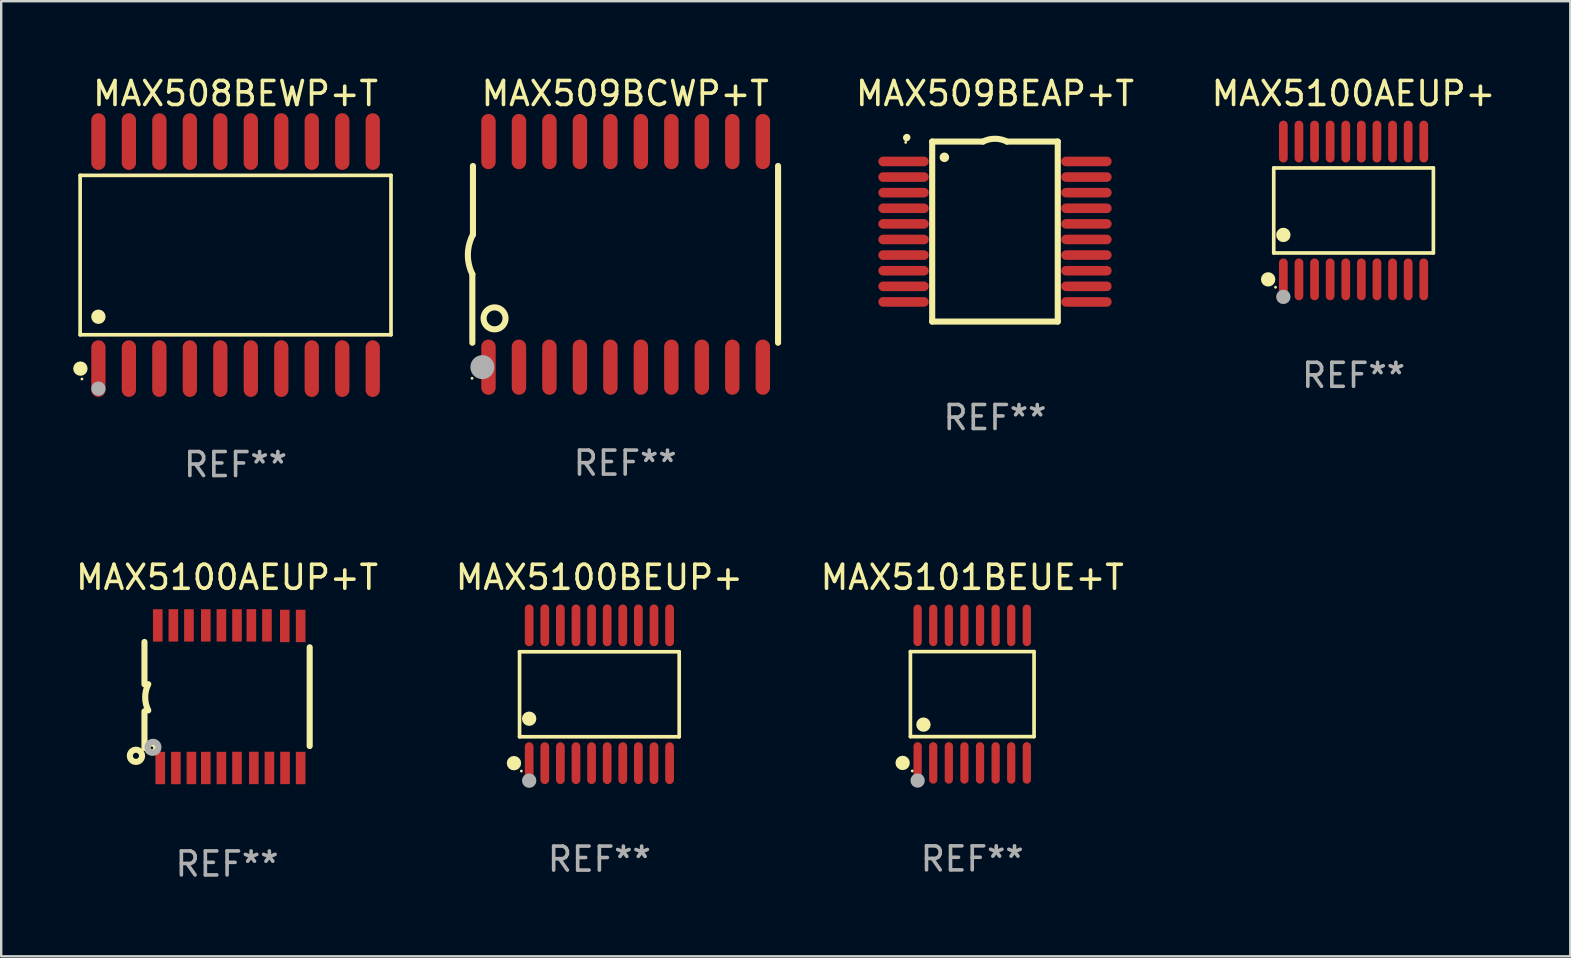
<source format=kicad_pcb>
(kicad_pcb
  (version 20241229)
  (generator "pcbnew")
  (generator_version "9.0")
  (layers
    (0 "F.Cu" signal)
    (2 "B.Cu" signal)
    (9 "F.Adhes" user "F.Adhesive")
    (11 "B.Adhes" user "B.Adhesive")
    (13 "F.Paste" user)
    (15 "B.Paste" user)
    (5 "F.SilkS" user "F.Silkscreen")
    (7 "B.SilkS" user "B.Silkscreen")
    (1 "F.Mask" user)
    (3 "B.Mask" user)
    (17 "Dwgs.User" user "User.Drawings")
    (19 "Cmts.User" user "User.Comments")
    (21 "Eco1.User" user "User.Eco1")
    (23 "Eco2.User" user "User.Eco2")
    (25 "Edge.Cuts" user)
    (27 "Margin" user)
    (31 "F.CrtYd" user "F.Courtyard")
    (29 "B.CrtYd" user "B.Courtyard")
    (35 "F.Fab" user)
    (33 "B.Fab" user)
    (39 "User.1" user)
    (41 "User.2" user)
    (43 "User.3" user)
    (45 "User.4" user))
  (footprint "MAX5100AEUP+"
    (layer "F.Cu")
    (at 53.346 5.719)
    (property "Reference" "MAX5100AEUP+" (at 0 -4.871 0) (layer "F.SilkS") (effects (font (size 1 1) (thickness 0.15))))
    (attr through_hole)
    (fp_line (start -3.326 -1.771) (end 3.326 -1.771) (stroke (width 0.152) (type solid)) (layer "F.SilkS"))
    (fp_line (start -3.326 1.771) (end -3.326 -1.771) (stroke (width 0.152) (type solid)) (layer "F.SilkS"))
    (fp_line (start 3.326 -1.771) (end 3.326 1.771) (stroke (width 0.152) (type solid)) (layer "F.SilkS"))
    (fp_line (start 3.326 1.771) (end -3.326 1.771) (stroke (width 0.152) (type solid)) (layer "F.SilkS"))
    (fp_circle (center -3.559 2.871) (end -3.409 2.871) (stroke (width 0.3) (type solid)) (fill no) (layer "F.SilkS"))
    (fp_circle (center -3.25 3.2) (end -3.22 3.2) (stroke (width 0.06) (type solid)) (fill no) (layer "F.SilkS"))
    (fp_circle (center -2.925 1.019) (end -2.775 1.019) (stroke (width 0.3) (type solid)) (fill no) (layer "F.SilkS"))
    (fp_circle (center -2.925 3.6) (end -2.775 3.6) (stroke (width 0.3) (type solid)) (fill no) (layer "F.Fab"))
    (fp_text user "REF**" (at 0 6.871 0) (layer "F.Fab") (effects (font (size 1 1) (thickness 0.15))))
    (pad "1" smd oval (at -2.925 2.871) (size 0.364 1.742) (layers "F.Cu" "F.Mask" "F.Paste"))
    (pad "2" smd oval (at -2.275 2.871) (size 0.364 1.742) (layers "F.Cu" "F.Mask" "F.Paste"))
    (pad "3" smd oval (at -1.625 2.871) (size 0.364 1.742) (layers "F.Cu" "F.Mask" "F.Paste"))
    (pad "4" smd oval (at -0.975 2.871) (size 0.364 1.742) (layers "F.Cu" "F.Mask" "F.Paste"))
    (pad "5" smd oval (at -0.325 2.871) (size 0.364 1.742) (layers "F.Cu" "F.Mask" "F.Paste"))
    (pad "6" smd oval (at 0.325 2.871) (size 0.364 1.742) (layers "F.Cu" "F.Mask" "F.Paste"))
    (pad "7" smd oval (at 0.975 2.871) (size 0.364 1.742) (layers "F.Cu" "F.Mask" "F.Paste"))
    (pad "8" smd oval (at 1.625 2.871) (size 0.364 1.742) (layers "F.Cu" "F.Mask" "F.Paste"))
    (pad "9" smd oval (at 2.275 2.871) (size 0.364 1.742) (layers "F.Cu" "F.Mask" "F.Paste"))
    (pad "10" smd oval (at 2.925 2.871) (size 0.364 1.742) (layers "F.Cu" "F.Mask" "F.Paste"))
    (pad "11" smd oval (at 2.925 -2.871) (size 0.364 1.742) (layers "F.Cu" "F.Mask" "F.Paste"))
    (pad "12" smd oval (at 2.275 -2.871) (size 0.364 1.742) (layers "F.Cu" "F.Mask" "F.Paste"))
    (pad "13" smd oval (at 1.625 -2.871) (size 0.364 1.742) (layers "F.Cu" "F.Mask" "F.Paste"))
    (pad "14" smd oval (at 0.975 -2.871) (size 0.364 1.742) (layers "F.Cu" "F.Mask" "F.Paste"))
    (pad "15" smd oval (at 0.325 -2.871) (size 0.364 1.742) (layers "F.Cu" "F.Mask" "F.Paste"))
    (pad "16" smd oval (at -0.325 -2.871) (size 0.364 1.742) (layers "F.Cu" "F.Mask" "F.Paste"))
    (pad "17" smd oval (at -0.975 -2.871) (size 0.364 1.742) (layers "F.Cu" "F.Mask" "F.Paste"))
    (pad "18" smd oval (at -1.625 -2.871) (size 0.364 1.742) (layers "F.Cu" "F.Mask" "F.Paste"))
    (pad "19" smd oval (at -2.275 -2.871) (size 0.364 1.742) (layers "F.Cu" "F.Mask" "F.Paste"))
    (pad "20" smd oval (at -2.925 -2.871) (size 0.364 1.742) (layers "F.Cu" "F.Mask" "F.Paste")))
  (footprint "MAX508BEWP+T"
    (layer "F.Cu")
    (at 6.765 7.578)
    (property "Reference" "MAX508BEWP+T" (at 0 -6.73 0) (layer "F.SilkS") (effects (font (size 1 1) (thickness 0.15))))
    (attr through_hole)
    (fp_line (start -6.476 -3.321) (end 6.476 -3.321) (stroke (width 0.152) (type solid)) (layer "F.SilkS"))
    (fp_line (start -6.476 3.321) (end -6.476 -3.321) (stroke (width 0.152) (type solid)) (layer "F.SilkS"))
    (fp_line (start 6.476 -3.321) (end 6.476 3.321) (stroke (width 0.152) (type solid)) (layer "F.SilkS"))
    (fp_line (start 6.476 3.321) (end -6.476 3.321) (stroke (width 0.152) (type solid)) (layer "F.SilkS"))
    (fp_circle (center -6.465 4.73) (end -6.315 4.73) (stroke (width 0.3) (type solid)) (fill no) (layer "F.SilkS"))
    (fp_circle (center -6.4 5.163) (end -6.37 5.163) (stroke (width 0.06) (type solid)) (fill no) (layer "F.SilkS"))
    (fp_circle (center -5.715 2.569) (end -5.565 2.569) (stroke (width 0.3) (type solid)) (fill no) (layer "F.SilkS"))
    (fp_circle (center -5.715 5.563) (end -5.565 5.563) (stroke (width 0.3) (type solid)) (fill no) (layer "F.Fab"))
    (fp_text user "REF**" (at 0 8.73 0) (layer "F.Fab") (effects (font (size 1 1) (thickness 0.15))))
    (pad "1" smd oval (at -5.715 4.73) (size 0.595 2.36) (layers "F.Cu" "F.Mask" "F.Paste"))
    (pad "2" smd oval (at -4.445 4.73) (size 0.595 2.36) (layers "F.Cu" "F.Mask" "F.Paste"))
    (pad "3" smd oval (at -3.175 4.73) (size 0.595 2.36) (layers "F.Cu" "F.Mask" "F.Paste"))
    (pad "4" smd oval (at -1.905 4.73) (size 0.595 2.36) (layers "F.Cu" "F.Mask" "F.Paste"))
    (pad "5" smd oval (at -0.635 4.73) (size 0.595 2.36) (layers "F.Cu" "F.Mask" "F.Paste"))
    (pad "6" smd oval (at 0.635 4.73) (size 0.595 2.36) (layers "F.Cu" "F.Mask" "F.Paste"))
    (pad "7" smd oval (at 1.905 4.73) (size 0.595 2.36) (layers "F.Cu" "F.Mask" "F.Paste"))
    (pad "8" smd oval (at 3.175 4.73) (size 0.595 2.36) (layers "F.Cu" "F.Mask" "F.Paste"))
    (pad "9" smd oval (at 4.445 4.73) (size 0.595 2.36) (layers "F.Cu" "F.Mask" "F.Paste"))
    (pad "10" smd oval (at 5.715 4.73) (size 0.595 2.36) (layers "F.Cu" "F.Mask" "F.Paste"))
    (pad "11" smd oval (at 5.715 -4.73) (size 0.595 2.36) (layers "F.Cu" "F.Mask" "F.Paste"))
    (pad "12" smd oval (at 4.445 -4.73) (size 0.595 2.36) (layers "F.Cu" "F.Mask" "F.Paste"))
    (pad "13" smd oval (at 3.175 -4.73) (size 0.595 2.36) (layers "F.Cu" "F.Mask" "F.Paste"))
    (pad "14" smd oval (at 1.905 -4.73) (size 0.595 2.36) (layers "F.Cu" "F.Mask" "F.Paste"))
    (pad "15" smd oval (at 0.635 -4.73) (size 0.595 2.36) (layers "F.Cu" "F.Mask" "F.Paste"))
    (pad "16" smd oval (at -0.635 -4.73) (size 0.595 2.36) (layers "F.Cu" "F.Mask" "F.Paste"))
    (pad "17" smd oval (at -1.905 -4.73) (size 0.595 2.36) (layers "F.Cu" "F.Mask" "F.Paste"))
    (pad "18" smd oval (at -3.175 -4.73) (size 0.595 2.36) (layers "F.Cu" "F.Mask" "F.Paste"))
    (pad "19" smd oval (at -4.445 -4.73) (size 0.595 2.36) (layers "F.Cu" "F.Mask" "F.Paste"))
    (pad "20" smd oval (at -5.715 -4.73) (size 0.595 2.36) (layers "F.Cu" "F.Mask" "F.Paste")))
  (footprint "MAX509BEAP+T"
    (layer "F.Cu")
    (at 38.406 6.598)
    (property "Reference" "MAX509BEAP+T" (at 0 -5.75 0) (layer "F.SilkS") (effects (font (size 1 1) (thickness 0.15))))
    (attr through_hole)
    (fp_line (start -2.616 -3.75) (end -0.5 -3.75) (stroke (width 0.254) (type solid)) (layer "F.SilkS"))
    (fp_line (start -2.616 3.75) (end -2.616 -3.75) (stroke (width 0.254) (type solid)) (layer "F.SilkS"))
    (fp_line (start 0.5 -3.75) (end 2.616 -3.75) (stroke (width 0.254) (type solid)) (layer "F.SilkS"))
    (fp_line (start 2.616 -3.75) (end 2.616 3.75) (stroke (width 0.254) (type solid)) (layer "F.SilkS"))
    (fp_line (start 2.616 3.75) (end -2.616 3.75) (stroke (width 0.254) (type solid)) (layer "F.SilkS"))
    (fp_arc (start -3.683109 -3.911608) (mid -3.678201 -3.91686) (end -3.672949 -3.921768) (stroke (width 0.3) (type solid)) (layer "F.SilkS"))
    (fp_arc (start -0.500483 -3.749047) (mid -0.000102 -3.867211) (end 0.500279 -3.749047) (stroke (width 0.254001) (type solid)) (layer "F.SilkS"))
    (fp_circle (center -3.72 -3.715) (end -3.69 -3.715) (stroke (width 0.06) (type solid)) (fill no) (layer "F.SilkS"))
    (fp_circle (center -2.108 -3.094) (end -2.008 -3.094) (stroke (width 0.2) (type solid)) (fill no) (layer "F.SilkS"))
    (fp_text user "REF**" (at 0 7.75 0) (layer "F.Fab") (effects (font (size 1 1) (thickness 0.15))))
    (pad "1" smd oval (at -3.81 -2.921 90) (size 0.4 2.1) (layers "F.Cu" "F.Mask" "F.Paste"))
    (pad "2" smd oval (at -3.81 -2.271 90) (size 0.4 2.1) (layers "F.Cu" "F.Mask" "F.Paste"))
    (pad "3" smd oval (at -3.81 -1.621 90) (size 0.4 2.1) (layers "F.Cu" "F.Mask" "F.Paste"))
    (pad "4" smd oval (at -3.81 -0.97 90) (size 0.4 2.1) (layers "F.Cu" "F.Mask" "F.Paste"))
    (pad "5" smd oval (at -3.81 -0.32 90) (size 0.4 2.1) (layers "F.Cu" "F.Mask" "F.Paste"))
    (pad "6" smd oval (at -3.81 0.33 90) (size 0.4 2.1) (layers "F.Cu" "F.Mask" "F.Paste"))
    (pad "7" smd oval (at -3.81 0.98 90) (size 0.4 2.1) (layers "F.Cu" "F.Mask" "F.Paste"))
    (pad "8" smd oval (at -3.81 1.631 90) (size 0.4 2.1) (layers "F.Cu" "F.Mask" "F.Paste"))
    (pad "9" smd oval (at -3.81 2.281 90) (size 0.4 2.1) (layers "F.Cu" "F.Mask" "F.Paste"))
    (pad "10" smd oval (at -3.81 2.931 90) (size 0.4 2.1) (layers "F.Cu" "F.Mask" "F.Paste"))
    (pad "11" smd oval (at 3.81 2.931 90) (size 0.4 2.1) (layers "F.Cu" "F.Mask" "F.Paste"))
    (pad "12" smd oval (at 3.81 2.281 90) (size 0.4 2.1) (layers "F.Cu" "F.Mask" "F.Paste"))
    (pad "13" smd oval (at 3.81 1.631 90) (size 0.4 2.1) (layers "F.Cu" "F.Mask" "F.Paste"))
    (pad "14" smd oval (at 3.81 0.98 90) (size 0.4 2.1) (layers "F.Cu" "F.Mask" "F.Paste"))
    (pad "15" smd oval (at 3.81 0.33 90) (size 0.4 2.1) (layers "F.Cu" "F.Mask" "F.Paste"))
    (pad "16" smd oval (at 3.81 -0.32 90) (size 0.4 2.1) (layers "F.Cu" "F.Mask" "F.Paste"))
    (pad "17" smd oval (at 3.81 -0.97 90) (size 0.4 2.1) (layers "F.Cu" "F.Mask" "F.Paste"))
    (pad "18" smd oval (at 3.81 -1.621 90) (size 0.4 2.1) (layers "F.Cu" "F.Mask" "F.Paste"))
    (pad "19" smd oval (at 3.81 -2.271 90) (size 0.4 2.1) (layers "F.Cu" "F.Mask" "F.Paste"))
    (pad "20" smd oval (at 3.81 -2.921 90) (size 0.4 2.1) (layers "F.Cu" "F.Mask" "F.Paste")))
  (footprint "MAX5100AEUP+T"
    (layer "F.Cu")
    (at 6.411 25.977)
    (property "Reference" "MAX5100AEUP+T" (at 0 -4.972 0) (layer "F.SilkS") (effects (font (size 1 1) (thickness 0.15))))
    (attr through_hole)
    (fp_line (start -3.442 -0.514) (end -3.442 -2.28) (stroke (width 0.254) (type solid)) (layer "F.SilkS"))
    (fp_line (start -3.442 0.61) (end -3.442 2.134) (stroke (width 0.254) (type solid)) (layer "F.SilkS"))
    (fp_line (start 3.442 -2.057) (end 3.442 2.057) (stroke (width 0.254) (type solid)) (layer "F.SilkS"))
    (fp_arc (start -3.282957 0.571502) (mid -3.411874 0.0254) (end -3.282957 -0.520701) (stroke (width 0.254001) (type solid)) (layer "F.SilkS"))
    (fp_circle (center -3.797 2.464) (end -3.543 2.464) (stroke (width 0.254) (type solid)) (fill no) (layer "F.SilkS"))
    (fp_circle (center -3.137 2.134) (end -3.077 2.134) (stroke (width 0.254) (type solid)) (fill no) (layer "F.SilkS"))
    (fp_circle (center -3.086 2.108) (end -2.986 2.108) (stroke (width 0.254) (type solid)) (fill no) (layer "F.Fab"))
    (fp_text user "REF**" (at 0 6.972 0) (layer "F.Fab") (effects (font (size 1 1) (thickness 0.15))))
    (pad "1" smd rect (at -2.784 2.972 90) (size 1.35 0.4) (layers "F.Cu" "F.Mask" "F.Paste"))
    (pad "2" smd rect (at -2.134 2.972 270) (size 1.35 0.4) (layers "F.Cu" "F.Mask" "F.Paste"))
    (pad "3" smd rect (at -1.485 2.971 270) (size 1.35 0.4) (layers "F.Cu" "F.Mask" "F.Paste"))
    (pad "4" smd rect (at -0.886 2.971 270) (size 1.35 0.4) (layers "F.Cu" "F.Mask" "F.Paste"))
    (pad "5" smd rect (at -0.236 2.972 270) (size 1.35 0.4) (layers "F.Cu" "F.Mask" "F.Paste"))
    (pad "6" smd rect (at 0.414 2.97 270) (size 1.35 0.4) (layers "F.Cu" "F.Mask" "F.Paste"))
    (pad "7" smd rect (at 1.115 2.97 270) (size 1.35 0.4) (layers "F.Cu" "F.Mask" "F.Paste"))
    (pad "8" smd rect (at 1.765 2.969 270) (size 1.35 0.4) (layers "F.Cu" "F.Mask" "F.Paste"))
    (pad "9" smd rect (at 2.415 2.969 270) (size 1.35 0.4) (layers "F.Cu" "F.Mask" "F.Paste"))
    (pad "10" smd rect (at 3.066 2.972 270) (size 1.35 0.4) (layers "F.Cu" "F.Mask" "F.Paste"))
    (pad "11" smd rect (at 3.066 -2.947 270) (size 1.35 0.4) (layers "F.Cu" "F.Mask" "F.Paste"))
    (pad "12" smd rect (at 2.405 -2.947 270) (size 1.35 0.4) (layers "F.Cu" "F.Mask" "F.Paste"))
    (pad "13" smd rect (at 1.662 -2.972 90) (size 1.35 0.4) (layers "F.Cu" "F.Mask" "F.Paste"))
    (pad "14" smd rect (at 1.012 -2.972 90) (size 1.35 0.4) (layers "F.Cu" "F.Mask" "F.Paste"))
    (pad "15" smd rect (at 0.414 -2.971 90) (size 1.35 0.4) (layers "F.Cu" "F.Mask" "F.Paste"))
    (pad "16" smd rect (at -0.236 -2.972 90) (size 1.35 0.4) (layers "F.Cu" "F.Mask" "F.Paste"))
    (pad "17" smd rect (at -0.886 -2.97 90) (size 1.35 0.4) (layers "F.Cu" "F.Mask" "F.Paste"))
    (pad "18" smd rect (at -1.588 -2.97 90) (size 1.35 0.4) (layers "F.Cu" "F.Mask" "F.Paste"))
    (pad "19" smd rect (at -2.238 -2.97 90) (size 1.35 0.4) (layers "F.Cu" "F.Mask" "F.Paste"))
    (pad "20" smd rect (at -2.888 -2.969 90) (size 1.35 0.4) (layers "F.Cu" "F.Mask" "F.Paste")))
  (footprint "MAX509BCWP+T"
    (layer "F.Cu")
    (at 22.999 7.548)
    (property "Reference" "MAX509BCWP+T" (at 0 -6.7 0) (layer "F.SilkS") (effects (font (size 1 1) (thickness 0.15))))
    (attr through_hole)
    (fp_line (start -6.369 0.826) (end -6.369 3.683) (stroke (width 0.254) (type solid)) (layer "F.SilkS"))
    (fp_line (start -6.343 -0.825) (end -6.343 -3.683) (stroke (width 0.254) (type solid)) (layer "F.SilkS"))
    (fp_line (start 6.369 -3.048) (end 6.369 -3.683) (stroke (width 0.254) (type solid)) (layer "F.SilkS"))
    (fp_line (start 6.369 -3.048) (end 6.369 3.096) (stroke (width 0.254) (type solid)) (layer "F.SilkS"))
    (fp_line (start 6.369 3.096) (end 6.369 3.683) (stroke (width 0.254) (type solid)) (layer "F.SilkS"))
    (fp_arc (start -6.36853 0.825552) (mid -6.554743 -0.00301) (end -6.343129 -0.825451) (stroke (width 0.254001) (type solid)) (layer "F.SilkS"))
    (fp_circle (center -6.382 5.163) (end -6.352 5.163) (stroke (width 0.06) (type solid)) (fill no) (layer "F.SilkS"))
    (fp_circle (center -5.443 2.667) (end -4.985 2.667) (stroke (width 0.254) (type solid)) (fill no) (layer "F.SilkS"))
    (fp_circle (center -5.951 4.699) (end -5.701 4.699) (stroke (width 0.5) (type solid)) (fill no) (layer "F.Fab"))
    (fp_text user "REF**" (at 0 8.7 0) (layer "F.Fab") (effects (font (size 1 1) (thickness 0.15))))
    (pad "1" smd oval (at -5.697 4.7 180) (size 0.6 2.3) (layers "F.Cu" "F.Mask" "F.Paste"))
    (pad "2" smd oval (at -4.427 4.7 180) (size 0.6 2.3) (layers "F.Cu" "F.Mask" "F.Paste"))
    (pad "3" smd oval (at -3.157 4.7 180) (size 0.6 2.3) (layers "F.Cu" "F.Mask" "F.Paste"))
    (pad "4" smd oval (at -1.887 4.7 180) (size 0.6 2.3) (layers "F.Cu" "F.Mask" "F.Paste"))
    (pad "5" smd oval (at -0.617 4.7 180) (size 0.6 2.3) (layers "F.Cu" "F.Mask" "F.Paste"))
    (pad "6" smd oval (at 0.653 4.7 180) (size 0.6 2.3) (layers "F.Cu" "F.Mask" "F.Paste"))
    (pad "7" smd oval (at 1.923 4.7 180) (size 0.6 2.3) (layers "F.Cu" "F.Mask" "F.Paste"))
    (pad "8" smd oval (at 3.193 4.7 180) (size 0.6 2.3) (layers "F.Cu" "F.Mask" "F.Paste"))
    (pad "9" smd oval (at 4.463 4.7 180) (size 0.6 2.3) (layers "F.Cu" "F.Mask" "F.Paste"))
    (pad "10" smd oval (at 5.734 4.7 180) (size 0.6 2.3) (layers "F.Cu" "F.Mask" "F.Paste"))
    (pad "11" smd oval (at 5.734 -4.7 180) (size 0.6 2.3) (layers "F.Cu" "F.Mask" "F.Paste"))
    (pad "12" smd oval (at 4.463 -4.7 180) (size 0.6 2.3) (layers "F.Cu" "F.Mask" "F.Paste"))
    (pad "13" smd oval (at 3.193 -4.7 180) (size 0.6 2.3) (layers "F.Cu" "F.Mask" "F.Paste"))
    (pad "14" smd oval (at 1.923 -4.7 180) (size 0.6 2.3) (layers "F.Cu" "F.Mask" "F.Paste"))
    (pad "15" smd oval (at 0.653 -4.7 180) (size 0.6 2.3) (layers "F.Cu" "F.Mask" "F.Paste"))
    (pad "16" smd oval (at -0.617 -4.7 180) (size 0.6 2.3) (layers "F.Cu" "F.Mask" "F.Paste"))
    (pad "17" smd oval (at -1.887 -4.7 180) (size 0.6 2.3) (layers "F.Cu" "F.Mask" "F.Paste"))
    (pad "18" smd oval (at -3.157 -4.7 180) (size 0.6 2.3) (layers "F.Cu" "F.Mask" "F.Paste"))
    (pad "19" smd oval (at -4.427 -4.7 180) (size 0.6 2.3) (layers "F.Cu" "F.Mask" "F.Paste"))
    (pad "20" smd oval (at -5.697 -4.7 180) (size 0.6 2.3) (layers "F.Cu" "F.Mask" "F.Paste")))
  (footprint "MAX5100BEUP+"
    (layer "F.Cu")
    (at 21.923 25.876)
    (property "Reference" "MAX5100BEUP+" (at 0 -4.871 0) (layer "F.SilkS") (effects (font (size 1 1) (thickness 0.15))))
    (attr through_hole)
    (fp_line (start -3.326 -1.771) (end 3.326 -1.771) (stroke (width 0.152) (type solid)) (layer "F.SilkS"))
    (fp_line (start -3.326 1.771) (end -3.326 -1.771) (stroke (width 0.152) (type solid)) (layer "F.SilkS"))
    (fp_line (start 3.326 -1.771) (end 3.326 1.771) (stroke (width 0.152) (type solid)) (layer "F.SilkS"))
    (fp_line (start 3.326 1.771) (end -3.326 1.771) (stroke (width 0.152) (type solid)) (layer "F.SilkS"))
    (fp_circle (center -3.559 2.871) (end -3.409 2.871) (stroke (width 0.3) (type solid)) (fill no) (layer "F.SilkS"))
    (fp_circle (center -3.25 3.2) (end -3.22 3.2) (stroke (width 0.06) (type solid)) (fill no) (layer "F.SilkS"))
    (fp_circle (center -2.925 1.019) (end -2.775 1.019) (stroke (width 0.3) (type solid)) (fill no) (layer "F.SilkS"))
    (fp_circle (center -2.925 3.6) (end -2.775 3.6) (stroke (width 0.3) (type solid)) (fill no) (layer "F.Fab"))
    (fp_text user "REF**" (at 0 6.871 0) (layer "F.Fab") (effects (font (size 1 1) (thickness 0.15))))
    (pad "1" smd oval (at -2.925 2.871) (size 0.364 1.742) (layers "F.Cu" "F.Mask" "F.Paste"))
    (pad "2" smd oval (at -2.275 2.871) (size 0.364 1.742) (layers "F.Cu" "F.Mask" "F.Paste"))
    (pad "3" smd oval (at -1.625 2.871) (size 0.364 1.742) (layers "F.Cu" "F.Mask" "F.Paste"))
    (pad "4" smd oval (at -0.975 2.871) (size 0.364 1.742) (layers "F.Cu" "F.Mask" "F.Paste"))
    (pad "5" smd oval (at -0.325 2.871) (size 0.364 1.742) (layers "F.Cu" "F.Mask" "F.Paste"))
    (pad "6" smd oval (at 0.325 2.871) (size 0.364 1.742) (layers "F.Cu" "F.Mask" "F.Paste"))
    (pad "7" smd oval (at 0.975 2.871) (size 0.364 1.742) (layers "F.Cu" "F.Mask" "F.Paste"))
    (pad "8" smd oval (at 1.625 2.871) (size 0.364 1.742) (layers "F.Cu" "F.Mask" "F.Paste"))
    (pad "9" smd oval (at 2.275 2.871) (size 0.364 1.742) (layers "F.Cu" "F.Mask" "F.Paste"))
    (pad "10" smd oval (at 2.925 2.871) (size 0.364 1.742) (layers "F.Cu" "F.Mask" "F.Paste"))
    (pad "11" smd oval (at 2.925 -2.871) (size 0.364 1.742) (layers "F.Cu" "F.Mask" "F.Paste"))
    (pad "12" smd oval (at 2.275 -2.871) (size 0.364 1.742) (layers "F.Cu" "F.Mask" "F.Paste"))
    (pad "13" smd oval (at 1.625 -2.871) (size 0.364 1.742) (layers "F.Cu" "F.Mask" "F.Paste"))
    (pad "14" smd oval (at 0.975 -2.871) (size 0.364 1.742) (layers "F.Cu" "F.Mask" "F.Paste"))
    (pad "15" smd oval (at 0.325 -2.871) (size 0.364 1.742) (layers "F.Cu" "F.Mask" "F.Paste"))
    (pad "16" smd oval (at -0.325 -2.871) (size 0.364 1.742) (layers "F.Cu" "F.Mask" "F.Paste"))
    (pad "17" smd oval (at -0.975 -2.871) (size 0.364 1.742) (layers "F.Cu" "F.Mask" "F.Paste"))
    (pad "18" smd oval (at -1.625 -2.871) (size 0.364 1.742) (layers "F.Cu" "F.Mask" "F.Paste"))
    (pad "19" smd oval (at -2.275 -2.871) (size 0.364 1.742) (layers "F.Cu" "F.Mask" "F.Paste"))
    (pad "20" smd oval (at -2.925 -2.871) (size 0.364 1.742) (layers "F.Cu" "F.Mask" "F.Paste")))
  (footprint "MAX5101BEUE+T"
    (layer "F.Cu")
    (at 37.458 25.871)
    (property "Reference" "MAX5101BEUE+T" (at 0 -4.866 0) (layer "F.SilkS") (effects (font (size 1 1) (thickness 0.15))))
    (attr through_hole)
    (fp_line (start -2.576 -1.772) (end 2.576 -1.772) (stroke (width 0.152) (type solid)) (layer "F.SilkS"))
    (fp_line (start -2.576 1.771) (end -2.576 -1.772) (stroke (width 0.152) (type solid)) (layer "F.SilkS"))
    (fp_line (start 2.576 -1.772) (end 2.576 1.771) (stroke (width 0.152) (type solid)) (layer "F.SilkS"))
    (fp_line (start 2.576 1.771) (end -2.576 1.771) (stroke (width 0.152) (type solid)) (layer "F.SilkS"))
    (fp_circle (center -2.899 2.866) (end -2.749 2.866) (stroke (width 0.3) (type solid)) (fill no) (layer "F.SilkS"))
    (fp_circle (center -2.5 3.2) (end -2.47 3.2) (stroke (width 0.06) (type solid)) (fill no) (layer "F.SilkS"))
    (fp_circle (center -2.032 1.27) (end -1.882 1.27) (stroke (width 0.3) (type solid)) (fill no) (layer "F.SilkS"))
    (fp_circle (center -2.275 3.6) (end -2.125 3.6) (stroke (width 0.3) (type solid)) (fill no) (layer "F.Fab"))
    (fp_text user "REF**" (at 0 6.866 0) (layer "F.Fab") (effects (font (size 1 1) (thickness 0.15))))
    (pad "1" smd oval (at -2.275 2.866) (size 0.343 1.731) (layers "F.Cu" "F.Mask" "F.Paste"))
    (pad "2" smd oval (at -1.625 2.866) (size 0.343 1.731) (layers "F.Cu" "F.Mask" "F.Paste"))
    (pad "3" smd oval (at -0.975 2.866) (size 0.343 1.731) (layers "F.Cu" "F.Mask" "F.Paste"))
    (pad "4" smd oval (at -0.325 2.866) (size 0.343 1.731) (layers "F.Cu" "F.Mask" "F.Paste"))
    (pad "5" smd oval (at 0.325 2.866) (size 0.343 1.731) (layers "F.Cu" "F.Mask" "F.Paste"))
    (pad "6" smd oval (at 0.975 2.866) (size 0.343 1.731) (layers "F.Cu" "F.Mask" "F.Paste"))
    (pad "7" smd oval (at 1.625 2.866) (size 0.343 1.731) (layers "F.Cu" "F.Mask" "F.Paste"))
    (pad "8" smd oval (at 2.275 2.866) (size 0.343 1.731) (layers "F.Cu" "F.Mask" "F.Paste"))
    (pad "9" smd oval (at 2.275 -2.866) (size 0.343 1.731) (layers "F.Cu" "F.Mask" "F.Paste"))
    (pad "10" smd oval (at 1.625 -2.866) (size 0.343 1.731) (layers "F.Cu" "F.Mask" "F.Paste"))
    (pad "11" smd oval (at 0.975 -2.866) (size 0.343 1.731) (layers "F.Cu" "F.Mask" "F.Paste"))
    (pad "12" smd oval (at 0.325 -2.866) (size 0.343 1.731) (layers "F.Cu" "F.Mask" "F.Paste"))
    (pad "13" smd oval (at -0.325 -2.866) (size 0.343 1.731) (layers "F.Cu" "F.Mask" "F.Paste"))
    (pad "14" smd oval (at -0.975 -2.866) (size 0.343 1.731) (layers "F.Cu" "F.Mask" "F.Paste"))
    (pad "15" smd oval (at -1.625 -2.866) (size 0.343 1.731) (layers "F.Cu" "F.Mask" "F.Paste"))
    (pad "16" smd oval (at -2.275 -2.866) (size 0.343 1.731) (layers "F.Cu" "F.Mask" "F.Paste")))
  (gr_rect
    (start -3 -3)
    (end 62.376 36.797)
    (stroke (width 0.1) (type default))
    (fill no)
    (layer "Edge.Cuts")))
</source>
